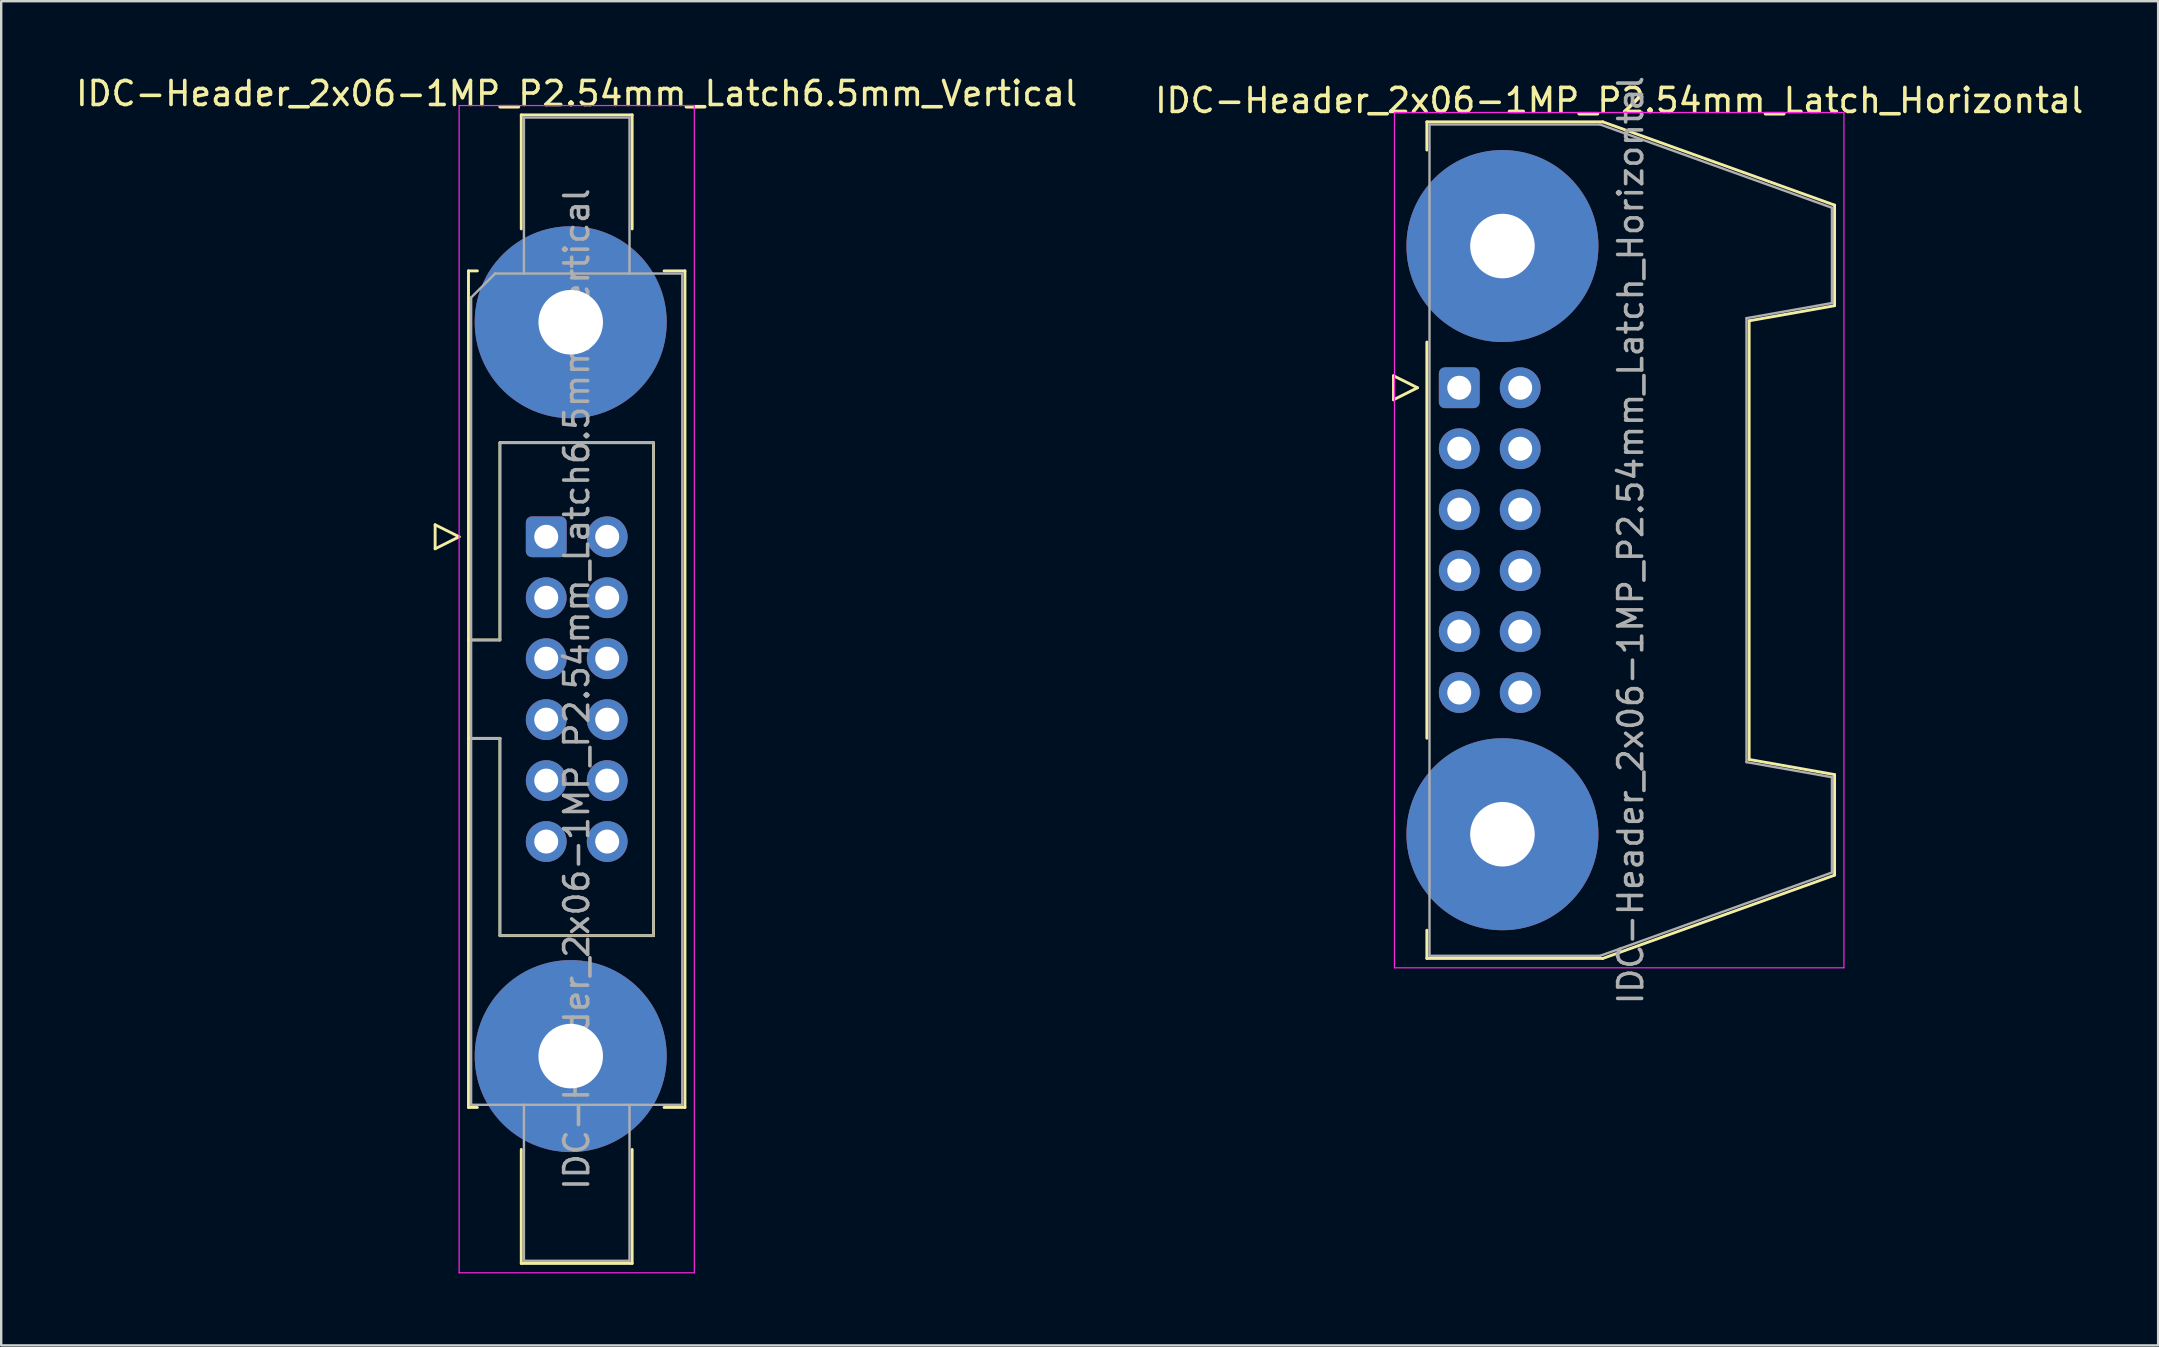
<source format=kicad_pcb>
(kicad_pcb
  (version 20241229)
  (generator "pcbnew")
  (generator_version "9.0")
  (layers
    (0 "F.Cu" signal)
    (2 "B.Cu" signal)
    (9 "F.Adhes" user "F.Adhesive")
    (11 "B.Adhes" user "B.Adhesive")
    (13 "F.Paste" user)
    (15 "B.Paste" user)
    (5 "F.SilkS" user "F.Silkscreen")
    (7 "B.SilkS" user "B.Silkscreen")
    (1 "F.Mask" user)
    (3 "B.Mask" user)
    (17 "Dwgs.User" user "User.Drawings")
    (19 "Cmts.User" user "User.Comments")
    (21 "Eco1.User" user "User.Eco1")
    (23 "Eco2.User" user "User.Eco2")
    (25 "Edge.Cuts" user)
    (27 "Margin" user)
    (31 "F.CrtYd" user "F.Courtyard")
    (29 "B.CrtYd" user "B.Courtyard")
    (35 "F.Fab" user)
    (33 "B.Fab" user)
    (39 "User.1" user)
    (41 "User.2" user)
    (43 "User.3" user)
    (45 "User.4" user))
  (footprint "IDC-Header_2x06-1MP_P2.54mm_Latch6.5mm_Vertical"
    (layer "F.Cu")
    (at 19.712 19.318)
    (property "Reference" "IDC-Header_2x06-1MP_P2.54mm_Latch6.5mm_Vertical" (at 1.27 -18.47 0) (layer "F.SilkS") (effects (font (size 1 1) (thickness 0.15))))
    (attr through_hole)
    (fp_line (start -4.63 -0.5) (end -4.63 0.5) (stroke (width 0.12) (type solid)) (layer "F.SilkS"))
    (fp_line (start -4.63 0.5) (end -3.63 0) (stroke (width 0.12) (type solid)) (layer "F.SilkS"))
    (fp_line (start -3.63 0) (end -4.63 -0.5) (stroke (width 0.12) (type solid)) (layer "F.SilkS"))
    (fp_line (start -3.24 -11.08) (end -3.24 23.78) (stroke (width 0.12) (type solid)) (layer "F.SilkS"))
    (fp_line (start -3.24 4.3) (end -1.93 4.3) (stroke (width 0.12) (type solid)) (layer "F.SilkS"))
    (fp_line (start -3.24 23.78) (end -2.87 23.78) (stroke (width 0.12) (type solid)) (layer "F.SilkS"))
    (fp_line (start -2.87 -11.08) (end -3.24 -11.08) (stroke (width 0.12) (type solid)) (layer "F.SilkS"))
    (fp_line (start -1.93 -3.92) (end 4.47 -3.92) (stroke (width 0.12) (type solid)) (layer "F.SilkS"))
    (fp_line (start -1.93 4.3) (end -1.93 -3.92) (stroke (width 0.12) (type solid)) (layer "F.SilkS"))
    (fp_line (start -1.93 8.4) (end -3.24 8.4) (stroke (width 0.12) (type solid)) (layer "F.SilkS"))
    (fp_line (start -1.93 8.4) (end -1.93 8.4) (stroke (width 0.12) (type solid)) (layer "F.SilkS"))
    (fp_line (start -1.93 16.62) (end -1.93 8.4) (stroke (width 0.12) (type solid)) (layer "F.SilkS"))
    (fp_line (start -1.04 -17.58) (end 3.58 -17.58) (stroke (width 0.12) (type solid)) (layer "F.SilkS"))
    (fp_line (start -1.04 -12.83) (end -1.04 -17.58) (stroke (width 0.12) (type solid)) (layer "F.SilkS"))
    (fp_line (start -1.04 25.53) (end -1.04 30.28) (stroke (width 0.12) (type solid)) (layer "F.SilkS"))
    (fp_line (start -1.04 30.28) (end 3.58 30.28) (stroke (width 0.12) (type solid)) (layer "F.SilkS"))
    (fp_line (start 3.58 -17.58) (end 3.58 -12.83) (stroke (width 0.12) (type solid)) (layer "F.SilkS"))
    (fp_line (start 3.58 30.28) (end 3.58 25.53) (stroke (width 0.12) (type solid)) (layer "F.SilkS"))
    (fp_line (start 4.47 -3.92) (end 4.47 16.62) (stroke (width 0.12) (type solid)) (layer "F.SilkS"))
    (fp_line (start 4.47 16.62) (end -1.93 16.62) (stroke (width 0.12) (type solid)) (layer "F.SilkS"))
    (fp_line (start 4.91 -11.08) (end 5.78 -11.08) (stroke (width 0.12) (type solid)) (layer "F.SilkS"))
    (fp_line (start 5.78 -11.08) (end 5.78 23.78) (stroke (width 0.12) (type solid)) (layer "F.SilkS"))
    (fp_line (start 5.78 23.78) (end 4.91 23.78) (stroke (width 0.12) (type solid)) (layer "F.SilkS"))
    (fp_line (start -3.63 -17.97) (end -3.63 30.67) (stroke (width 0.05) (type solid)) (layer "F.CrtYd"))
    (fp_line (start -3.63 30.67) (end 6.17 30.67) (stroke (width 0.05) (type solid)) (layer "F.CrtYd"))
    (fp_line (start 6.17 -17.97) (end -3.63 -17.97) (stroke (width 0.05) (type solid)) (layer "F.CrtYd"))
    (fp_line (start 6.17 30.67) (end 6.17 -17.97) (stroke (width 0.05) (type solid)) (layer "F.CrtYd"))
    (fp_line (start -3.13 -9.97) (end -2.13 -10.97) (stroke (width 0.1) (type solid)) (layer "F.Fab"))
    (fp_line (start -3.13 4.3) (end -1.93 4.3) (stroke (width 0.1) (type solid)) (layer "F.Fab"))
    (fp_line (start -3.13 23.67) (end -3.13 -9.97) (stroke (width 0.1) (type solid)) (layer "F.Fab"))
    (fp_line (start -2.13 -10.97) (end 5.67 -10.97) (stroke (width 0.1) (type solid)) (layer "F.Fab"))
    (fp_line (start -1.93 -3.92) (end 4.47 -3.92) (stroke (width 0.1) (type solid)) (layer "F.Fab"))
    (fp_line (start -1.93 4.3) (end -1.93 -3.92) (stroke (width 0.1) (type solid)) (layer "F.Fab"))
    (fp_line (start -1.93 8.4) (end -3.13 8.4) (stroke (width 0.1) (type solid)) (layer "F.Fab"))
    (fp_line (start -1.93 8.4) (end -1.93 8.4) (stroke (width 0.1) (type solid)) (layer "F.Fab"))
    (fp_line (start -1.93 16.62) (end -1.93 8.4) (stroke (width 0.1) (type solid)) (layer "F.Fab"))
    (fp_line (start -0.93 -17.47) (end 3.47 -17.47) (stroke (width 0.1) (type solid)) (layer "F.Fab"))
    (fp_line (start -0.93 -10.97) (end -0.93 -17.47) (stroke (width 0.1) (type solid)) (layer "F.Fab"))
    (fp_line (start -0.93 23.67) (end -0.93 30.17) (stroke (width 0.1) (type solid)) (layer "F.Fab"))
    (fp_line (start -0.93 30.17) (end 3.47 30.17) (stroke (width 0.1) (type solid)) (layer "F.Fab"))
    (fp_line (start 3.47 -17.47) (end 3.47 -10.97) (stroke (width 0.1) (type solid)) (layer "F.Fab"))
    (fp_line (start 3.47 30.17) (end 3.47 23.67) (stroke (width 0.1) (type solid)) (layer "F.Fab"))
    (fp_line (start 4.47 -3.92) (end 4.47 16.62) (stroke (width 0.1) (type solid)) (layer "F.Fab"))
    (fp_line (start 4.47 16.62) (end -1.93 16.62) (stroke (width 0.1) (type solid)) (layer "F.Fab"))
    (fp_line (start 5.67 -10.97) (end 5.67 23.67) (stroke (width 0.1) (type solid)) (layer "F.Fab"))
    (fp_line (start 5.67 23.67) (end -3.13 23.67) (stroke (width 0.1) (type solid)) (layer "F.Fab"))
    (fp_text user "${REFERENCE}" (at 1.27 6.35 90) (layer "F.Fab") (effects (font (size 1 1) (thickness 0.15))))
    (pad "1" thru_hole roundrect (at 0 0) (size 1.7 1.7) (drill 1) (layers "*.Cu" "*.Mask") (roundrect_rratio 0.147))
    (pad "2" thru_hole circle (at 2.54 0) (size 1.7 1.7) (drill 1) (layers "*.Cu" "*.Mask"))
    (pad "3" thru_hole circle (at 0 2.54) (size 1.7 1.7) (drill 1) (layers "*.Cu" "*.Mask"))
    (pad "4" thru_hole circle (at 2.54 2.54) (size 1.7 1.7) (drill 1) (layers "*.Cu" "*.Mask"))
    (pad "5" thru_hole circle (at 0 5.08) (size 1.7 1.7) (drill 1) (layers "*.Cu" "*.Mask"))
    (pad "6" thru_hole circle (at 2.54 5.08) (size 1.7 1.7) (drill 1) (layers "*.Cu" "*.Mask"))
    (pad "7" thru_hole circle (at 0 7.62) (size 1.7 1.7) (drill 1) (layers "*.Cu" "*.Mask"))
    (pad "8" thru_hole circle (at 2.54 7.62) (size 1.7 1.7) (drill 1) (layers "*.Cu" "*.Mask"))
    (pad "9" thru_hole circle (at 0 10.16) (size 1.7 1.7) (drill 1) (layers "*.Cu" "*.Mask"))
    (pad "10" thru_hole circle (at 2.54 10.16) (size 1.7 1.7) (drill 1) (layers "*.Cu" "*.Mask"))
    (pad "11" thru_hole circle (at 0 12.7) (size 1.7 1.7) (drill 1) (layers "*.Cu" "*.Mask"))
    (pad "12" thru_hole circle (at 2.54 12.7) (size 1.7 1.7) (drill 1) (layers "*.Cu" "*.Mask"))
    (pad "MP" thru_hole circle (at 1.02 -8.94) (size 8 8) (drill 2.69) (layers "*.Cu" "*.Mask"))
    (pad "MP" thru_hole circle (at 1.02 21.64) (size 8 8) (drill 2.69) (layers "*.Cu" "*.Mask")))
  (footprint "IDC-Header_2x06-1MP_P2.54mm_Latch_Horizontal"
    (layer "F.Cu")
    (at 57.758 13.108)
    (property "Reference" "IDC-Header_2x06-1MP_P2.54mm_Latch_Horizontal" (at 6.665 -11.97 0) (layer "F.SilkS") (effects (font (size 1 1) (thickness 0.15))))
    (attr through_hole)
    (fp_line (start -2.74 -0.5) (end -2.74 0.5) (stroke (width 0.12) (type solid)) (layer "F.SilkS"))
    (fp_line (start -2.74 0.5) (end -1.74 0) (stroke (width 0.12) (type solid)) (layer "F.SilkS"))
    (fp_line (start -1.74 0) (end -2.74 -0.5) (stroke (width 0.12) (type solid)) (layer "F.SilkS"))
    (fp_line (start -1.35 -11.08) (end -1.35 -9.905) (stroke (width 0.12) (type solid)) (layer "F.SilkS"))
    (fp_line (start -1.35 -11.08) (end 5.98 -11.08) (stroke (width 0.12) (type solid)) (layer "F.SilkS"))
    (fp_line (start -1.35 -1.905) (end -1.35 14.605) (stroke (width 0.12) (type solid)) (layer "F.SilkS"))
    (fp_line (start -1.35 22.605) (end -1.35 23.78) (stroke (width 0.12) (type solid)) (layer "F.SilkS"))
    (fp_line (start 5.98 -11.08) (end 15.64 -7.61) (stroke (width 0.12) (type solid)) (layer "F.SilkS"))
    (fp_line (start 5.98 23.78) (end -1.35 23.78) (stroke (width 0.12) (type solid)) (layer "F.SilkS"))
    (fp_line (start 12.08 -2.79) (end 12.08 15.49) (stroke (width 0.12) (type solid)) (layer "F.SilkS"))
    (fp_line (start 12.08 15.49) (end 15.64 16.12) (stroke (width 0.12) (type solid)) (layer "F.SilkS"))
    (fp_line (start 15.64 -7.61) (end 15.64 -3.42) (stroke (width 0.12) (type solid)) (layer "F.SilkS"))
    (fp_line (start 15.64 -3.42) (end 12.08 -2.79) (stroke (width 0.12) (type solid)) (layer "F.SilkS"))
    (fp_line (start 15.64 16.12) (end 15.64 20.31) (stroke (width 0.12) (type solid)) (layer "F.SilkS"))
    (fp_line (start 15.64 20.31) (end 5.98 23.78) (stroke (width 0.12) (type solid)) (layer "F.SilkS"))
    (fp_line (start -2.7 -11.47) (end -2.7 24.17) (stroke (width 0.05) (type solid)) (layer "F.CrtYd"))
    (fp_line (start -2.7 24.17) (end 16.03 24.17) (stroke (width 0.05) (type solid)) (layer "F.CrtYd"))
    (fp_line (start 16.03 -11.47) (end -2.7 -11.47) (stroke (width 0.05) (type solid)) (layer "F.CrtYd"))
    (fp_line (start 16.03 24.17) (end 16.03 -11.47) (stroke (width 0.05) (type solid)) (layer "F.CrtYd"))
    (fp_line (start -1.24 -10.97) (end 5.87 -10.97) (stroke (width 0.1) (type solid)) (layer "F.Fab"))
    (fp_line (start -1.24 23.67) (end -1.24 -10.97) (stroke (width 0.1) (type solid)) (layer "F.Fab"))
    (fp_line (start 5.87 -10.97) (end 15.53 -7.5) (stroke (width 0.1) (type solid)) (layer "F.Fab"))
    (fp_line (start 5.87 23.67) (end -1.24 23.67) (stroke (width 0.1) (type solid)) (layer "F.Fab"))
    (fp_line (start 11.97 -2.9) (end 11.97 15.6) (stroke (width 0.1) (type solid)) (layer "F.Fab"))
    (fp_line (start 11.97 15.6) (end 15.53 16.23) (stroke (width 0.1) (type solid)) (layer "F.Fab"))
    (fp_line (start 15.53 -7.5) (end 15.53 -3.53) (stroke (width 0.1) (type solid)) (layer "F.Fab"))
    (fp_line (start 15.53 -3.53) (end 11.97 -2.9) (stroke (width 0.1) (type solid)) (layer "F.Fab"))
    (fp_line (start 15.53 16.23) (end 15.53 20.2) (stroke (width 0.1) (type solid)) (layer "F.Fab"))
    (fp_line (start 15.53 20.2) (end 5.87 23.67) (stroke (width 0.1) (type solid)) (layer "F.Fab"))
    (fp_text user "${REFERENCE}" (at 7.145 6.35 90) (layer "F.Fab") (effects (font (size 1 1) (thickness 0.15))))
    (pad "1" thru_hole roundrect (at 0 0) (size 1.7 1.7) (drill 1) (layers "*.Cu" "*.Mask") (roundrect_rratio 0.147))
    (pad "2" thru_hole circle (at 2.54 0) (size 1.7 1.7) (drill 1) (layers "*.Cu" "*.Mask"))
    (pad "3" thru_hole circle (at 0 2.54) (size 1.7 1.7) (drill 1) (layers "*.Cu" "*.Mask"))
    (pad "4" thru_hole circle (at 2.54 2.54) (size 1.7 1.7) (drill 1) (layers "*.Cu" "*.Mask"))
    (pad "5" thru_hole circle (at 0 5.08) (size 1.7 1.7) (drill 1) (layers "*.Cu" "*.Mask"))
    (pad "6" thru_hole circle (at 2.54 5.08) (size 1.7 1.7) (drill 1) (layers "*.Cu" "*.Mask"))
    (pad "7" thru_hole circle (at 0 7.62) (size 1.7 1.7) (drill 1) (layers "*.Cu" "*.Mask"))
    (pad "8" thru_hole circle (at 2.54 7.62) (size 1.7 1.7) (drill 1) (layers "*.Cu" "*.Mask"))
    (pad "9" thru_hole circle (at 0 10.16) (size 1.7 1.7) (drill 1) (layers "*.Cu" "*.Mask"))
    (pad "10" thru_hole circle (at 2.54 10.16) (size 1.7 1.7) (drill 1) (layers "*.Cu" "*.Mask"))
    (pad "11" thru_hole circle (at 0 12.7) (size 1.7 1.7) (drill 1) (layers "*.Cu" "*.Mask"))
    (pad "12" thru_hole circle (at 2.54 12.7) (size 1.7 1.7) (drill 1) (layers "*.Cu" "*.Mask"))
    (pad "MP" thru_hole circle (at 1.8 -5.905) (size 8 8) (drill 2.69) (layers "*.Cu" "*.Mask"))
    (pad "MP" thru_hole circle (at 1.8 18.605) (size 8 8) (drill 2.69) (layers "*.Cu" "*.Mask")))
  (gr_rect
    (start -3 -3)
    (end 86.881 53.013)
    (stroke (width 0.1) (type default))
    (fill no)
    (layer "Edge.Cuts")))
</source>
